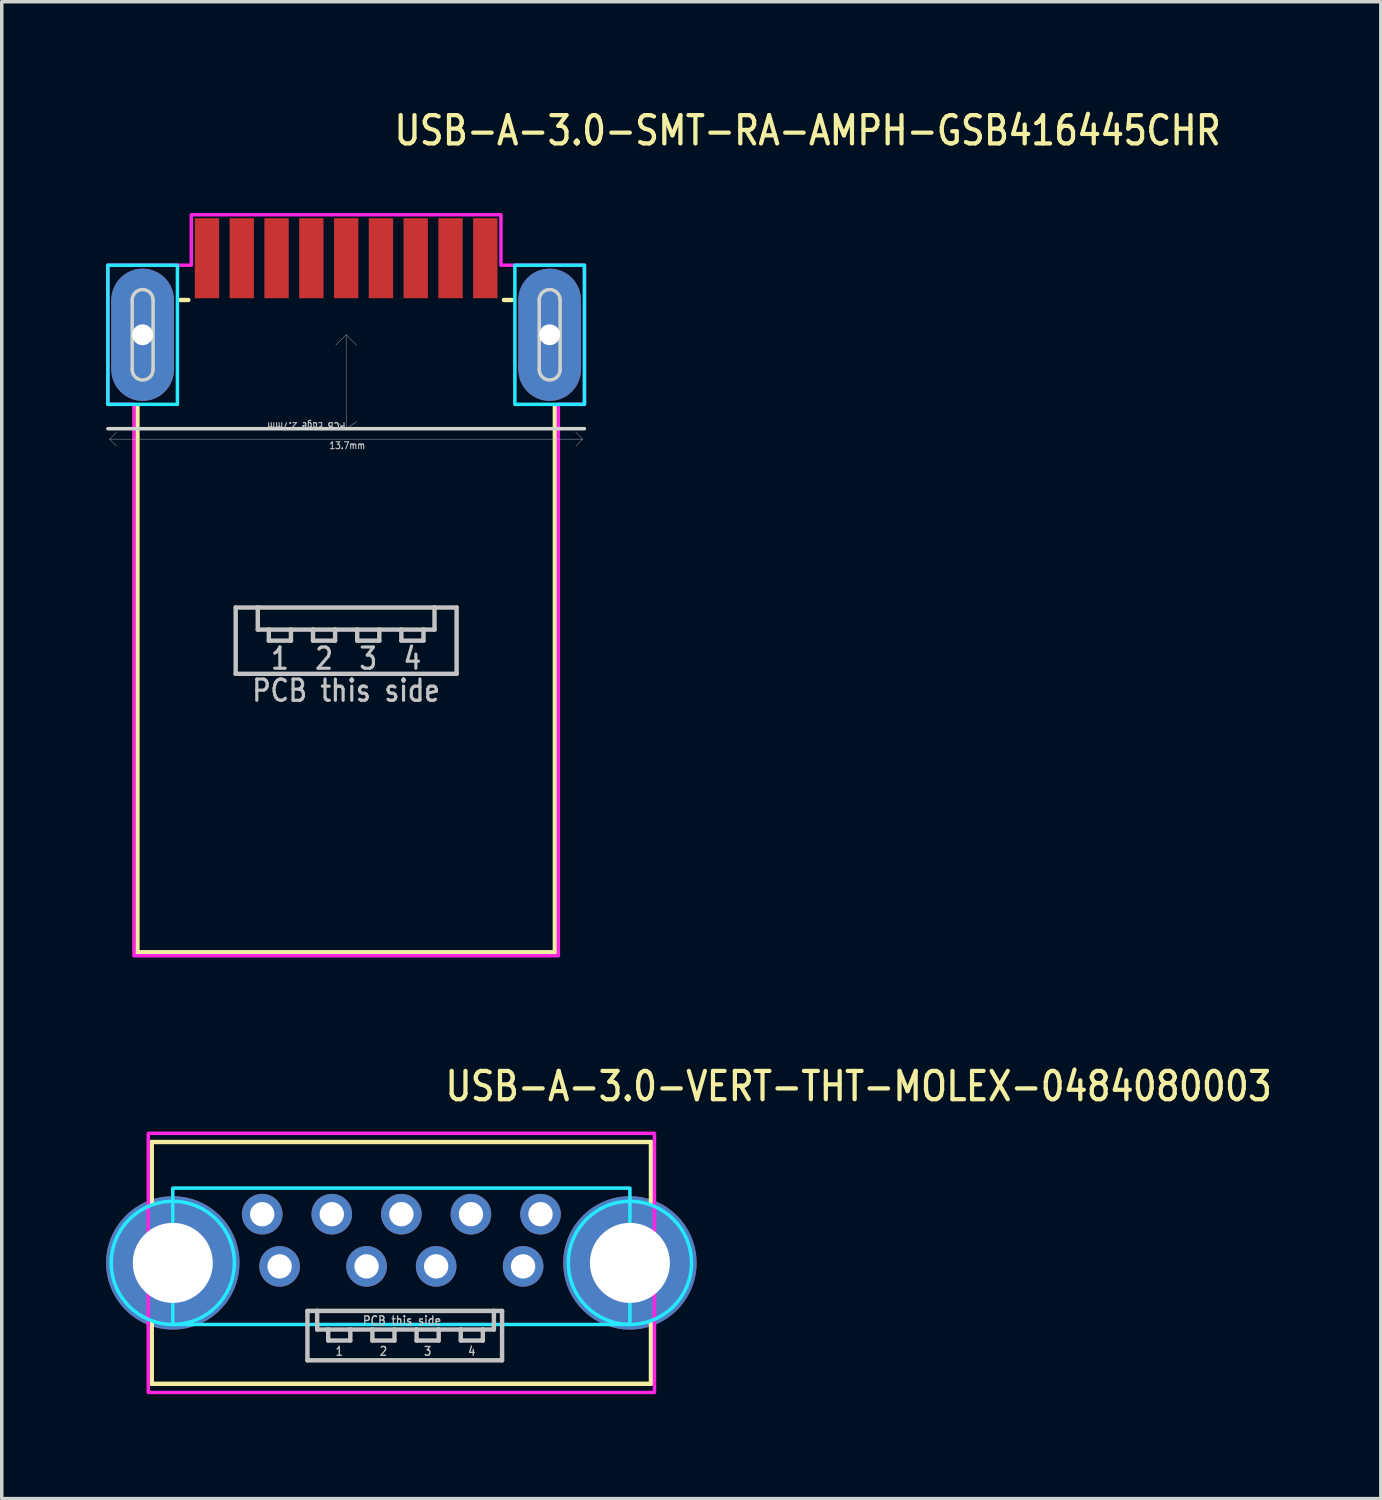
<source format=kicad_pcb>
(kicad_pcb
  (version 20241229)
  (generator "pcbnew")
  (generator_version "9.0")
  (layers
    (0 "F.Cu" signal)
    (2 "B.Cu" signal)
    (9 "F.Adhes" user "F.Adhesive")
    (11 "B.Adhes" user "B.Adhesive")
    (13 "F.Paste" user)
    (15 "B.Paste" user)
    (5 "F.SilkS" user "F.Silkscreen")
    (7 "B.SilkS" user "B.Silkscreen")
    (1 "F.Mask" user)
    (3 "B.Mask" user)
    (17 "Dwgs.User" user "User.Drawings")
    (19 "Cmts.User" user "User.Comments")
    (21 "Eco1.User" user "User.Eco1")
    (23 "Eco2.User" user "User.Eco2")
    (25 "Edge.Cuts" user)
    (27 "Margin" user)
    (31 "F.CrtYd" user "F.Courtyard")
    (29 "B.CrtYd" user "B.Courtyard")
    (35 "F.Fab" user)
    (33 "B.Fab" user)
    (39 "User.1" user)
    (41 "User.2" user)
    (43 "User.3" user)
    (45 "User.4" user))
  (footprint "USB-A-3.0-SMT-RA-AMPH-GSB416445CHR"
    (layer "F.Cu")
    (at 6.9 6.573)
    (property "Reference" "USB-A-3.0-SMT-RA-AMPH-GSB416445CHR" (at 1.321 -5.395 0) (unlocked yes) (layer "F.SilkS") (effects (font (size 0.813 0.695) (thickness 0.122)) (justify left bottom)))
    (fp_circle (center -5.85 -1) (end -6.75 -1) (stroke (width 0) (type solid)) (fill yes) (layer "F.Cu"))
    (fp_circle (center -5.85 1) (end -4.95 1) (stroke (width 0) (type solid)) (fill yes) (layer "F.Cu"))
    (fp_circle (center 5.85 -1) (end 4.95 -1) (stroke (width 0) (type solid)) (fill yes) (layer "F.Cu"))
    (fp_circle (center 5.85 1) (end 6.75 1) (stroke (width 0) (type solid)) (fill yes) (layer "F.Cu"))
    (fp_poly (pts (xy -6.75 -1) (xy -4.95 -1) (xy -4.95 1) (xy -6.75 1)) (stroke (width 0) (type solid)) (fill yes) (layer "F.Cu"))
    (fp_poly (pts (xy 4.95 -1) (xy 6.75 -1) (xy 6.75 1) (xy 4.95 1)) (stroke (width 0) (type solid)) (fill yes) (layer "F.Cu"))
    (fp_circle (center -5.85 -1) (end -6.85 -1) (stroke (width 0) (type solid)) (fill yes) (layer "F.Mask"))
    (fp_circle (center -5.85 1) (end -4.85 1) (stroke (width 0) (type solid)) (fill yes) (layer "F.Mask"))
    (fp_circle (center 5.85 -1) (end 4.85 -1) (stroke (width 0) (type solid)) (fill yes) (layer "F.Mask"))
    (fp_circle (center 5.85 1) (end 6.85 1) (stroke (width 0) (type solid)) (fill yes) (layer "F.Mask"))
    (fp_poly (pts (xy -6.85 -1) (xy -4.85 -1) (xy -4.85 1) (xy -6.85 1)) (stroke (width 0) (type solid)) (fill yes) (layer "F.Mask"))
    (fp_poly (pts (xy 4.85 -1) (xy 6.85 -1) (xy 6.85 1) (xy 4.85 1)) (stroke (width 0) (type solid)) (fill yes) (layer "F.Mask"))
    (fp_circle (center -5.85 -1) (end -4.95 -1) (stroke (width 0) (type solid)) (fill yes) (layer "B.Cu"))
    (fp_circle (center -5.85 1) (end -6.75 1) (stroke (width 0) (type solid)) (fill yes) (layer "B.Cu"))
    (fp_circle (center 5.85 -1) (end 6.75 -1) (stroke (width 0) (type solid)) (fill yes) (layer "B.Cu"))
    (fp_circle (center 5.85 1) (end 4.95 1) (stroke (width 0) (type solid)) (fill yes) (layer "B.Cu"))
    (fp_poly (pts (xy -4.95 -1) (xy -6.75 -1) (xy -6.75 1) (xy -4.95 1)) (stroke (width 0) (type solid)) (fill yes) (layer "B.Cu"))
    (fp_poly (pts (xy 6.75 -1) (xy 4.95 -1) (xy 4.95 1) (xy 6.75 1)) (stroke (width 0) (type solid)) (fill yes) (layer "B.Cu"))
    (fp_circle (center -5.85 -1) (end -4.85 -1) (stroke (width 0) (type solid)) (fill yes) (layer "B.Mask"))
    (fp_circle (center -5.85 1) (end -6.85 1) (stroke (width 0) (type solid)) (fill yes) (layer "B.Mask"))
    (fp_circle (center 5.85 -1) (end 6.85 -1) (stroke (width 0) (type solid)) (fill yes) (layer "B.Mask"))
    (fp_circle (center 5.85 1) (end 4.85 1) (stroke (width 0) (type solid)) (fill yes) (layer "B.Mask"))
    (fp_poly (pts (xy -4.85 -1) (xy -6.85 -1) (xy -6.85 1) (xy -4.85 1)) (stroke (width 0) (type solid)) (fill yes) (layer "B.Mask"))
    (fp_poly (pts (xy 6.85 -1) (xy 4.85 -1) (xy 4.85 1) (xy 6.85 1)) (stroke (width 0) (type solid)) (fill yes) (layer "B.Mask"))
    (fp_line (start -6 17.75) (end -6 2.05) (stroke (width 0.127) (type solid)) (layer "F.SilkS"))
    (fp_line (start -4.763 -1) (end -4.537 -1) (stroke (width 0.127) (type solid)) (layer "F.SilkS"))
    (fp_line (start 4.537 -1) (end 4.763 -1) (stroke (width 0.127) (type solid)) (layer "F.SilkS"))
    (fp_line (start 6 2.05) (end 6 17.75) (stroke (width 0.127) (type solid)) (layer "F.SilkS"))
    (fp_line (start 6 17.75) (end -6 17.75) (stroke (width 0.127) (type solid)) (layer "F.SilkS"))
    (fp_line (start -6.8 3) (end -6.6 2.8) (stroke (width 0.01) (type solid)) (layer "Dwgs.User"))
    (fp_line (start -6.8 3) (end -6.6 3.2) (stroke (width 0.01) (type solid)) (layer "Dwgs.User"))
    (fp_line (start -6.8 3) (end 6.8 3) (stroke (width 0.01) (type solid)) (layer "Dwgs.User"))
    (fp_line (start -3.175 7.84) (end -2.54 7.84) (stroke (width 0.127) (type solid)) (layer "Dwgs.User"))
    (fp_line (start -3.175 9.745) (end -3.175 7.84) (stroke (width 0.127) (type solid)) (layer "Dwgs.User"))
    (fp_line (start -2.54 7.84) (end -2.54 8.475) (stroke (width 0.127) (type solid)) (layer "Dwgs.User"))
    (fp_line (start -2.54 7.84) (end 2.54 7.84) (stroke (width 0.127) (type solid)) (layer "Dwgs.User"))
    (fp_line (start -2.54 8.475) (end -2.223 8.475) (stroke (width 0.127) (type solid)) (layer "Dwgs.User"))
    (fp_line (start -2.223 8.475) (end -2.223 8.793) (stroke (width 0.127) (type solid)) (layer "Dwgs.User"))
    (fp_line (start -2.223 8.475) (end -1.587 8.475) (stroke (width 0.127) (type solid)) (layer "Dwgs.User"))
    (fp_line (start -2.223 8.793) (end -1.587 8.793) (stroke (width 0.127) (type solid)) (layer "Dwgs.User"))
    (fp_line (start -1.587 8.475) (end -0.953 8.475) (stroke (width 0.127) (type solid)) (layer "Dwgs.User"))
    (fp_line (start -1.587 8.793) (end -1.587 8.475) (stroke (width 0.127) (type solid)) (layer "Dwgs.User"))
    (fp_line (start -0.953 8.475) (end -0.953 8.793) (stroke (width 0.127) (type solid)) (layer "Dwgs.User"))
    (fp_line (start -0.953 8.475) (end -0.318 8.475) (stroke (width 0.127) (type solid)) (layer "Dwgs.User"))
    (fp_line (start -0.953 8.793) (end -0.318 8.793) (stroke (width 0.127) (type solid)) (layer "Dwgs.User"))
    (fp_line (start -0.318 8.475) (end 0.318 8.475) (stroke (width 0.127) (type solid)) (layer "Dwgs.User"))
    (fp_line (start -0.318 8.793) (end -0.318 8.475) (stroke (width 0.127) (type solid)) (layer "Dwgs.User"))
    (fp_line (start 0 0) (end -0.3 0.3) (stroke (width 0.01) (type solid)) (layer "Dwgs.User"))
    (fp_line (start 0 0) (end 0 2.7) (stroke (width 0.01) (type solid)) (layer "Dwgs.User"))
    (fp_line (start 0 0) (end 0.3 0.3) (stroke (width 0.01) (type solid)) (layer "Dwgs.User"))
    (fp_line (start 0 2.7) (end -0.3 2.5) (stroke (width 0.01) (type solid)) (layer "Dwgs.User"))
    (fp_line (start 0 2.7) (end 0.3 2.5) (stroke (width 0.01) (type solid)) (layer "Dwgs.User"))
    (fp_line (start 0.318 8.475) (end 0.318 8.793) (stroke (width 0.127) (type solid)) (layer "Dwgs.User"))
    (fp_line (start 0.318 8.475) (end 0.953 8.475) (stroke (width 0.127) (type solid)) (layer "Dwgs.User"))
    (fp_line (start 0.318 8.793) (end 0.953 8.793) (stroke (width 0.127) (type solid)) (layer "Dwgs.User"))
    (fp_line (start 0.953 8.475) (end 1.587 8.475) (stroke (width 0.127) (type solid)) (layer "Dwgs.User"))
    (fp_line (start 0.953 8.793) (end 0.953 8.475) (stroke (width 0.127) (type solid)) (layer "Dwgs.User"))
    (fp_line (start 1.587 8.475) (end 1.587 8.793) (stroke (width 0.127) (type solid)) (layer "Dwgs.User"))
    (fp_line (start 1.587 8.475) (end 2.223 8.475) (stroke (width 0.127) (type solid)) (layer "Dwgs.User"))
    (fp_line (start 1.587 8.793) (end 2.223 8.793) (stroke (width 0.127) (type solid)) (layer "Dwgs.User"))
    (fp_line (start 2.223 8.475) (end 2.54 8.475) (stroke (width 0.127) (type solid)) (layer "Dwgs.User"))
    (fp_line (start 2.223 8.793) (end 2.223 8.475) (stroke (width 0.127) (type solid)) (layer "Dwgs.User"))
    (fp_line (start 2.54 7.84) (end 3.175 7.84) (stroke (width 0.127) (type solid)) (layer "Dwgs.User"))
    (fp_line (start 2.54 8.475) (end 2.54 7.84) (stroke (width 0.127) (type solid)) (layer "Dwgs.User"))
    (fp_line (start 3.175 7.84) (end 3.175 9.745) (stroke (width 0.127) (type solid)) (layer "Dwgs.User"))
    (fp_line (start 3.175 9.745) (end -3.175 9.745) (stroke (width 0.127) (type solid)) (layer "Dwgs.User"))
    (fp_line (start 6.8 3) (end 6.6 2.8) (stroke (width 0.01) (type solid)) (layer "Dwgs.User"))
    (fp_line (start 6.8 3) (end 6.6 3.2) (stroke (width 0.01) (type solid)) (layer "Dwgs.User"))
    (fp_line (start -6.85 2.7) (end 6.85 2.7) (stroke (width 0.1) (type solid)) (layer "Edge.Cuts"))
    (fp_line (start -6.15 1) (end -6.15 -1) (stroke (width 0.1) (type solid)) (layer "Edge.Cuts"))
    (fp_line (start -5.55 -1) (end -5.55 1) (stroke (width 0.1) (type solid)) (layer "Edge.Cuts"))
    (fp_line (start 5.55 1) (end 5.55 -1) (stroke (width 0.1) (type solid)) (layer "Edge.Cuts"))
    (fp_line (start 6.15 -1) (end 6.15 1) (stroke (width 0.1) (type solid)) (layer "Edge.Cuts"))
    (fp_arc (start -6.15 -1) (mid -5.85 -1.3) (end -5.55 -1) (stroke (width 0.1) (type solid)) (layer "Edge.Cuts"))
    (fp_arc (start -5.55 1) (mid -5.85 1.3) (end -6.15 1) (stroke (width 0.1) (type solid)) (layer "Edge.Cuts"))
    (fp_arc (start 5.55 -1) (mid 5.85 -1.3) (end 6.15 -1) (stroke (width 0.1) (type solid)) (layer "Edge.Cuts"))
    (fp_arc (start 6.15 1) (mid 5.85 1.3) (end 5.55 1) (stroke (width 0.1) (type solid)) (layer "Edge.Cuts"))
    (fp_poly (pts (xy -6.85 -2) (xy -4.85 -2) (xy -4.85 2) (xy -6.85 2)) (stroke (width 0.1) (type solid)) (fill no) (layer "B.CrtYd"))
    (fp_poly (pts (xy 4.85 -2) (xy 6.85 -2) (xy 6.85 2) (xy 4.85 2)) (stroke (width 0.1) (type solid)) (fill no) (layer "B.CrtYd"))
    (fp_poly (pts (xy -6.1 17.85) (xy -6.1 2) (xy -6.85 2) (xy -6.85 -2) (xy -4.45 -2) (xy -4.45 -3.45) (xy 4.45 -3.45) (xy 4.45 -2) (xy 6.85 -2) (xy 6.85 2) (xy 6.1 2) (xy 6.1 17.85)) (stroke (width 0.1) (type solid)) (fill no) (layer "F.CrtYd"))
    (fp_text user "1" (at -1.905 8.951 0) (unlocked yes) (layer "Dwgs.User") (effects (font (size 0.61 0.521) (thickness 0.091)) (justify top)))
    (fp_text user "PCB this side" (at 0 9.872 0) (unlocked yes) (layer "Dwgs.User") (effects (font (size 0.61 0.521) (thickness 0.091)) (justify top)))
    (fp_text user "4" (at 1.905 8.951 0) (unlocked yes) (layer "Dwgs.User") (effects (font (size 0.61 0.521) (thickness 0.091)) (justify top)))
    (fp_text user "2" (at -0.635 8.951 0) (unlocked yes) (layer "Dwgs.User") (effects (font (size 0.61 0.521) (thickness 0.091)) (justify top)))
    (fp_text user "13.7mm" (at -0.5 3.3 0) (unlocked yes) (layer "Dwgs.User") (effects (font (size 0.2 0.171) (thickness 0.03)) (justify left bottom)))
    (fp_text user "PCB Edge 2.7mm" (at 0 2.5 180) (unlocked yes) (layer "Dwgs.User") (effects (font (size 0.2 0.171) (thickness 0.03)) (justify left bottom)))
    (fp_text user "3" (at 0.635 8.951 0) (unlocked yes) (layer "Dwgs.User") (effects (font (size 0.61 0.521) (thickness 0.091)) (justify top)))
    (pad "1" smd rect (at 3 -2.2) (size 0.7 2.3) (layers "F.Cu" "F.Mask" "F.Paste"))
    (pad "2" smd rect (at 1 -2.2) (size 0.7 2.3) (layers "F.Cu" "F.Mask" "F.Paste"))
    (pad "3" smd rect (at -1 -2.2) (size 0.7 2.3) (layers "F.Cu" "F.Mask" "F.Paste"))
    (pad "4" smd rect (at -3 -2.2) (size 0.7 2.3) (layers "F.Cu" "F.Mask" "F.Paste"))
    (pad "5" smd rect (at -4 -2.2) (size 0.7 2.3) (layers "F.Cu" "F.Mask" "F.Paste"))
    (pad "6" smd rect (at -2 -2.2) (size 0.7 2.3) (layers "F.Cu" "F.Mask" "F.Paste"))
    (pad "7" smd rect (at 0 -2.2) (size 0.7 2.3) (layers "F.Cu" "F.Mask" "F.Paste"))
    (pad "8" smd rect (at 2 -2.2) (size 0.7 2.3) (layers "F.Cu" "F.Mask" "F.Paste"))
    (pad "9" smd rect (at 4 -2.2) (size 0.7 2.3) (layers "F.Cu" "F.Mask" "F.Paste"))
    (pad "S_1" thru_hole oval (at -5.85 0) (size 1 1) (drill 0.6) (layers "*.Cu" "*.Mask"))
    (pad "S_2" thru_hole oval (at 5.85 0) (size 1 1) (drill 0.6) (layers "*.Cu" "*.Mask")))
  (footprint "USB-A-3.0-VERT-THT-MOLEX-0484080003"
    (layer "F.Cu")
    (at 8.487 33.252)
    (property "Reference" "USB-A-3.0-VERT-THT-MOLEX-0484080003" (at 1.2 -4.6 0) (unlocked yes) (layer "F.SilkS") (effects (font (size 0.813 0.695) (thickness 0.122)) (justify left bottom)))
    (fp_line (start -7.175 -3.475) (end -7.175 -1.742) (stroke (width 0.127) (type solid)) (layer "F.SilkS"))
    (fp_line (start -7.175 -3.475) (end 7.175 -3.475) (stroke (width 0.127) (type solid)) (layer "F.SilkS"))
    (fp_line (start -7.175 3.475) (end -7.175 1.742) (stroke (width 0.127) (type solid)) (layer "F.SilkS"))
    (fp_line (start 7.175 -3.475) (end 7.175 -1.742) (stroke (width 0.127) (type solid)) (layer "F.SilkS"))
    (fp_line (start 7.175 3.475) (end -7.175 3.475) (stroke (width 0.127) (type solid)) (layer "F.SilkS"))
    (fp_line (start 7.175 3.475) (end 7.175 1.742) (stroke (width 0.127) (type solid)) (layer "F.SilkS"))
    (fp_line (start -2.7 1.38) (end -2.42 1.38) (stroke (width 0.127) (type solid)) (layer "Dwgs.User"))
    (fp_line (start -2.7 2.8) (end -2.7 1.38) (stroke (width 0.127) (type solid)) (layer "Dwgs.User"))
    (fp_line (start -2.42 1.38) (end -2.42 1.915) (stroke (width 0.127) (type solid)) (layer "Dwgs.User"))
    (fp_line (start -2.42 1.38) (end 2.66 1.38) (stroke (width 0.127) (type solid)) (layer "Dwgs.User"))
    (fp_line (start -2.42 1.915) (end -2.103 1.915) (stroke (width 0.127) (type solid)) (layer "Dwgs.User"))
    (fp_line (start -2.103 1.915) (end -2.103 2.232) (stroke (width 0.127) (type solid)) (layer "Dwgs.User"))
    (fp_line (start -2.103 1.915) (end -1.468 1.915) (stroke (width 0.127) (type solid)) (layer "Dwgs.User"))
    (fp_line (start -2.103 2.232) (end -1.468 2.232) (stroke (width 0.127) (type solid)) (layer "Dwgs.User"))
    (fp_line (start -1.468 1.915) (end -0.833 1.915) (stroke (width 0.127) (type solid)) (layer "Dwgs.User"))
    (fp_line (start -1.468 2.232) (end -1.468 1.915) (stroke (width 0.127) (type solid)) (layer "Dwgs.User"))
    (fp_line (start -0.833 1.915) (end -0.833 2.232) (stroke (width 0.127) (type solid)) (layer "Dwgs.User"))
    (fp_line (start -0.833 1.915) (end -0.198 1.915) (stroke (width 0.127) (type solid)) (layer "Dwgs.User"))
    (fp_line (start -0.833 2.232) (end -0.198 2.232) (stroke (width 0.127) (type solid)) (layer "Dwgs.User"))
    (fp_line (start -0.198 1.915) (end 0.438 1.915) (stroke (width 0.127) (type solid)) (layer "Dwgs.User"))
    (fp_line (start -0.198 2.232) (end -0.198 1.915) (stroke (width 0.127) (type solid)) (layer "Dwgs.User"))
    (fp_line (start 0.438 1.915) (end 0.438 2.232) (stroke (width 0.127) (type solid)) (layer "Dwgs.User"))
    (fp_line (start 0.438 1.915) (end 1.073 1.915) (stroke (width 0.127) (type solid)) (layer "Dwgs.User"))
    (fp_line (start 0.438 2.232) (end 1.073 2.232) (stroke (width 0.127) (type solid)) (layer "Dwgs.User"))
    (fp_line (start 1.073 1.915) (end 1.708 1.915) (stroke (width 0.127) (type solid)) (layer "Dwgs.User"))
    (fp_line (start 1.073 2.232) (end 1.073 1.915) (stroke (width 0.127) (type solid)) (layer "Dwgs.User"))
    (fp_line (start 1.708 1.915) (end 1.708 2.232) (stroke (width 0.127) (type solid)) (layer "Dwgs.User"))
    (fp_line (start 1.708 1.915) (end 2.342 1.915) (stroke (width 0.127) (type solid)) (layer "Dwgs.User"))
    (fp_line (start 1.708 2.232) (end 2.342 2.232) (stroke (width 0.127) (type solid)) (layer "Dwgs.User"))
    (fp_line (start 2.342 1.915) (end 2.66 1.915) (stroke (width 0.127) (type solid)) (layer "Dwgs.User"))
    (fp_line (start 2.342 2.232) (end 2.342 1.915) (stroke (width 0.127) (type solid)) (layer "Dwgs.User"))
    (fp_line (start 2.66 1.38) (end 2.895 1.38) (stroke (width 0.127) (type solid)) (layer "Dwgs.User"))
    (fp_line (start 2.66 1.915) (end 2.66 1.38) (stroke (width 0.127) (type solid)) (layer "Dwgs.User"))
    (fp_line (start 2.895 1.38) (end 2.895 2.8) (stroke (width 0.127) (type solid)) (layer "Dwgs.User"))
    (fp_line (start 2.895 2.8) (end -2.7 2.8) (stroke (width 0.127) (type solid)) (layer "Dwgs.User"))
    (fp_circle (center -6.57 0) (end -6.57 1.77) (stroke (width 0.1) (type solid)) (fill no) (layer "B.CrtYd"))
    (fp_circle (center 6.57 0) (end 6.57 -1.77) (stroke (width 0.1) (type solid)) (fill no) (layer "B.CrtYd"))
    (fp_poly (pts (xy -6.57 -2.15) (xy 6.57 -2.15) (xy 6.57 -1.77) (xy 6.57 1.77) (xy -6.57 1.77) (xy -6.57 -1.77)) (stroke (width 0.1) (type solid)) (fill no) (layer "B.CrtYd"))
    (fp_poly (pts (xy -7.275 -3.725) (xy 7.275 -3.725) (xy 7.275 -1.62) (xy 7.275 1.62) (xy 7.275 3.725) (xy -7.275 3.725) (xy -7.275 1.62) (xy -7.275 -1.62)) (stroke (width 0.1) (type solid)) (fill no) (layer "F.CrtYd"))
    (fp_text user "1" (at -1.785 2.391 0) (unlocked yes) (layer "Dwgs.User") (effects (font (size 0.254 0.217) (thickness 0.038)) (justify top)))
    (fp_text user "PCB this side" (at 0.02 1.512 0) (unlocked yes) (layer "Dwgs.User") (effects (font (size 0.254 0.217) (thickness 0.038)) (justify top)))
    (fp_text user "4" (at 2.025 2.391 0) (unlocked yes) (layer "Dwgs.User") (effects (font (size 0.254 0.217) (thickness 0.038)) (justify top)))
    (fp_text user "2" (at -0.515 2.391 0) (unlocked yes) (layer "Dwgs.User") (effects (font (size 0.254 0.217) (thickness 0.038)) (justify top)))
    (fp_text user "3" (at 0.755 2.391 0) (unlocked yes) (layer "Dwgs.User") (effects (font (size 0.254 0.217) (thickness 0.038)) (justify top)))
    (pad "1" thru_hole oval (at -3.5 0.1) (size 1.167 1.167) (drill 0.7) (layers "*.Cu" "*.Mask"))
    (pad "2" thru_hole oval (at -1 0.1) (size 1.167 1.167) (drill 0.7) (layers "*.Cu" "*.Mask"))
    (pad "3" thru_hole oval (at 1 0.1) (size 1.167 1.167) (drill 0.7) (layers "*.Cu" "*.Mask"))
    (pad "4" thru_hole oval (at 3.5 0.1) (size 1.167 1.167) (drill 0.7) (layers "*.Cu" "*.Mask"))
    (pad "5" thru_hole oval (at 4 -1.4) (size 1.167 1.167) (drill 0.7) (layers "*.Cu" "*.Mask"))
    (pad "6" thru_hole oval (at 2 -1.4) (size 1.167 1.167) (drill 0.7) (layers "*.Cu" "*.Mask"))
    (pad "7" thru_hole oval (at 0 -1.4) (size 1.167 1.167) (drill 0.7) (layers "*.Cu" "*.Mask"))
    (pad "8" thru_hole oval (at -2 -1.4) (size 1.167 1.167) (drill 0.7) (layers "*.Cu" "*.Mask"))
    (pad "9" thru_hole oval (at -4 -1.4) (size 1.167 1.167) (drill 0.7) (layers "*.Cu" "*.Mask"))
    (pad "S_1" thru_hole oval (at -6.57 0) (size 3.833 3.833) (drill 2.3) (layers "*.Cu" "*.Mask"))
    (pad "S_2" thru_hole oval (at 6.57 0) (size 3.833 3.833) (drill 2.3) (layers "*.Cu" "*.Mask")))
  (gr_rect
    (start -3 -3)
    (end 36.641 40.027)
    (stroke (width 0.1) (type default))
    (fill no)
    (layer "Edge.Cuts")))
</source>
